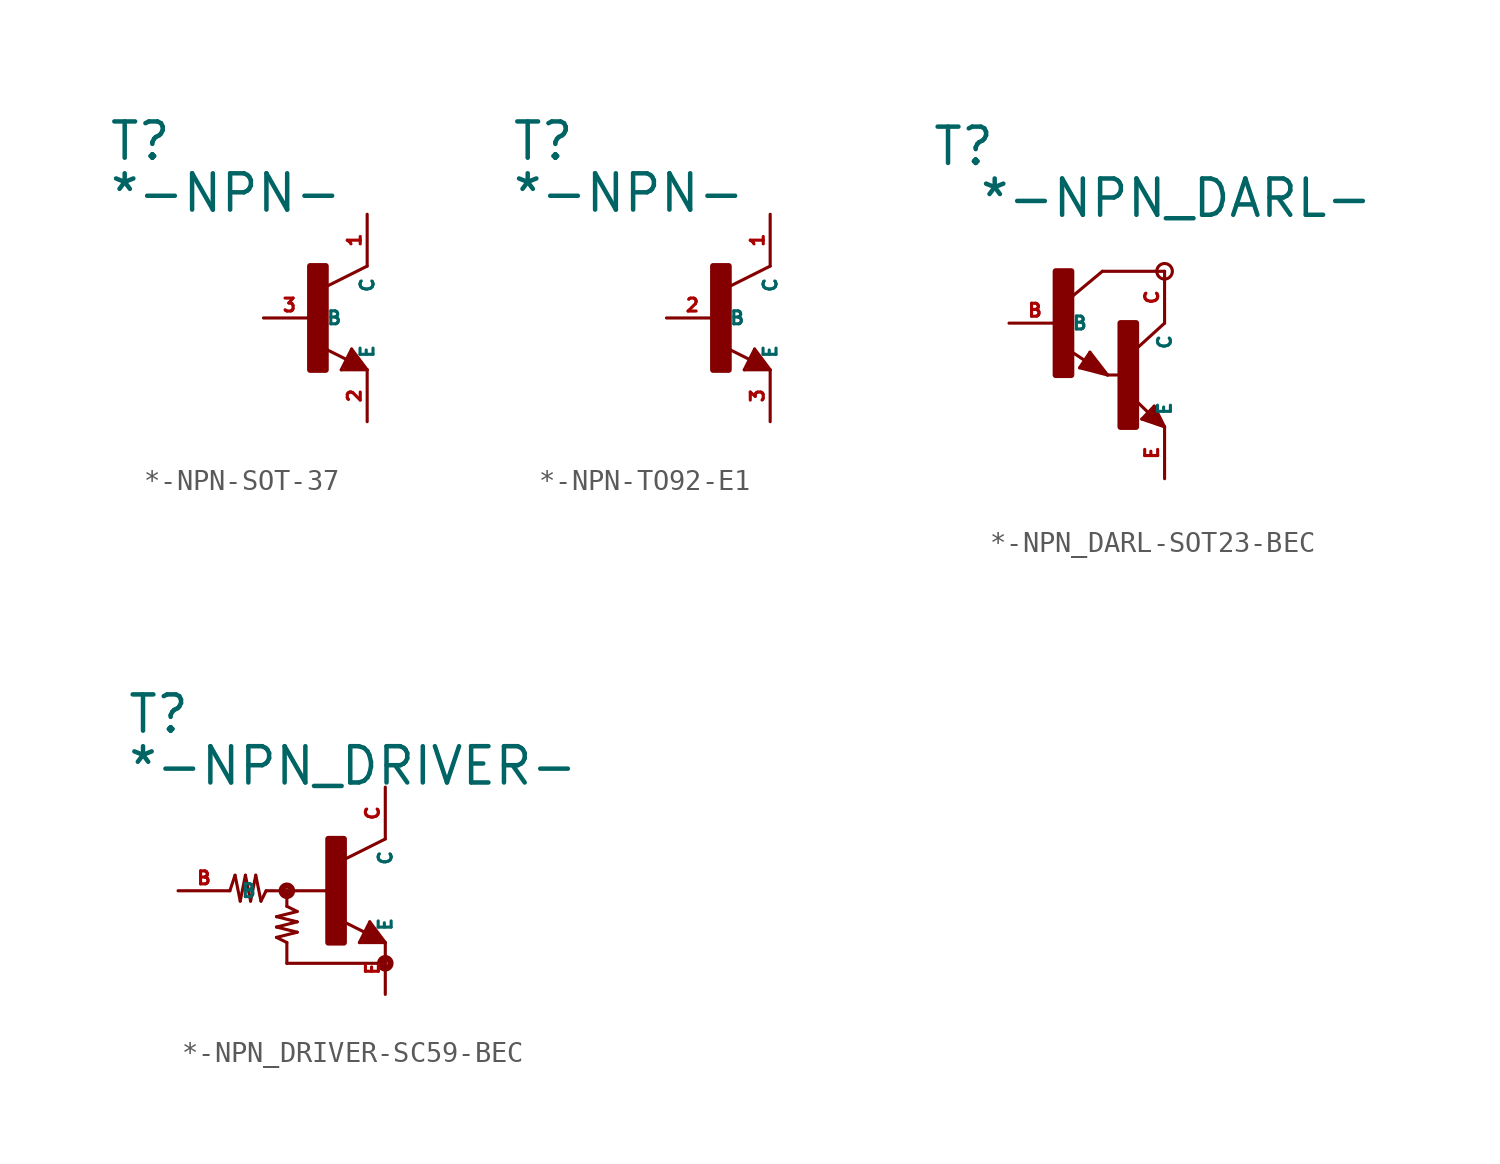
<source format=kicad_sym>
(kicad_symbol_lib
  (version 20220914)
  (generator Eagle2Kicad)
  (symbol "*-NPN-SOT-37"
    (property "Reference" "T"
      (at -10.16 7.62 0)
      (effects (font (size 1.778 1.778) (thickness 0.22)) (justify left bottom)))
    (property "Value" "*-NPN-"
      (at -10.16 5.08 0)
      (effects (font (size 1.778 1.778) (thickness 0.22)) (justify left bottom)))
    (polyline
      (pts (xy 2.54 2.54) (xy 0.508 1.524))
      (stroke (width 0.152) (type default))
      (fill (type none)))
    (polyline
      (pts (xy 1.778 -1.524) (xy 2.54 -2.54))
      (stroke (width 0.152) (type default))
      (fill (type none)))
    (polyline
      (pts (xy 2.54 -2.54) (xy 1.27 -2.54))
      (stroke (width 0.152) (type default))
      (fill (type none)))
    (polyline
      (pts (xy 1.27 -2.54) (xy 1.778 -1.524))
      (stroke (width 0.152) (type default))
      (fill (type none)))
    (polyline
      (pts (xy 1.54 -2.04) (xy 0.308 -1.424))
      (stroke (width 0.152) (type default))
      (fill (type none)))
    (polyline
      (pts (xy 1.524 -2.413) (xy 2.286 -2.413))
      (stroke (width 0.254) (type default))
      (fill (type none)))
    (polyline
      (pts (xy 2.286 -2.413) (xy 1.778 -1.778))
      (stroke (width 0.254) (type default))
      (fill (type none)))
    (polyline
      (pts (xy 1.778 -1.778) (xy 1.524 -2.286))
      (stroke (width 0.254) (type default))
      (fill (type none)))
    (polyline
      (pts (xy 1.524 -2.286) (xy 1.905 -2.286))
      (stroke (width 0.254) (type default))
      (fill (type none)))
    (polyline
      (pts (xy 1.905 -2.286) (xy 1.778 -2.032))
      (stroke (width 0.254) (type default))
      (fill (type none)))
    (rectangle
      (start -0.254 -2.54)
      (end 0.508 2.54)
      (stroke (width 0.3) (type default))
      (fill (type outline)))
    (pin passive line
      (at -2.54 0 0)
      (length 2.54)
      (name "B" (effects (font (size 0.635 0.635) (thickness 0.08)) (justify left bottom)))
      (number "3" (effects (font (size 0.635 0.635) (thickness 0.08)) (justify left bottom))))
    (pin passive line
      (at 2.54 -5.08 90)
      (length 2.54)
      (name "E" (effects (font (size 0.635 0.635) (thickness 0.08)) (justify left bottom)))
      (number "2" (effects (font (size 0.635 0.635) (thickness 0.08)) (justify left bottom))))
    (pin passive line
      (at 2.54 5.08 270)
      (length 2.54)
      (name "C" (effects (font (size 0.635 0.635) (thickness 0.08)) (justify left bottom)))
      (number "1" (effects (font (size 0.635 0.635) (thickness 0.08)) (justify left bottom)))))
  (symbol "*-NPN-TO92-E1"
    (property "Reference" "T"
      (at -10.16 7.62 0)
      (effects (font (size 1.778 1.778) (thickness 0.22)) (justify left bottom)))
    (property "Value" "*-NPN-"
      (at -10.16 5.08 0)
      (effects (font (size 1.778 1.778) (thickness 0.22)) (justify left bottom)))
    (polyline
      (pts (xy 2.54 2.54) (xy 0.508 1.524))
      (stroke (width 0.152) (type default))
      (fill (type none)))
    (polyline
      (pts (xy 1.778 -1.524) (xy 2.54 -2.54))
      (stroke (width 0.152) (type default))
      (fill (type none)))
    (polyline
      (pts (xy 2.54 -2.54) (xy 1.27 -2.54))
      (stroke (width 0.152) (type default))
      (fill (type none)))
    (polyline
      (pts (xy 1.27 -2.54) (xy 1.778 -1.524))
      (stroke (width 0.152) (type default))
      (fill (type none)))
    (polyline
      (pts (xy 1.54 -2.04) (xy 0.308 -1.424))
      (stroke (width 0.152) (type default))
      (fill (type none)))
    (polyline
      (pts (xy 1.524 -2.413) (xy 2.286 -2.413))
      (stroke (width 0.254) (type default))
      (fill (type none)))
    (polyline
      (pts (xy 2.286 -2.413) (xy 1.778 -1.778))
      (stroke (width 0.254) (type default))
      (fill (type none)))
    (polyline
      (pts (xy 1.778 -1.778) (xy 1.524 -2.286))
      (stroke (width 0.254) (type default))
      (fill (type none)))
    (polyline
      (pts (xy 1.524 -2.286) (xy 1.905 -2.286))
      (stroke (width 0.254) (type default))
      (fill (type none)))
    (polyline
      (pts (xy 1.905 -2.286) (xy 1.778 -2.032))
      (stroke (width 0.254) (type default))
      (fill (type none)))
    (rectangle
      (start -0.254 -2.54)
      (end 0.508 2.54)
      (stroke (width 0.3) (type default))
      (fill (type outline)))
    (pin passive line
      (at -2.54 0 0)
      (length 2.54)
      (name "B" (effects (font (size 0.635 0.635) (thickness 0.08)) (justify left bottom)))
      (number "2" (effects (font (size 0.635 0.635) (thickness 0.08)) (justify left bottom))))
    (pin passive line
      (at 2.54 -5.08 90)
      (length 2.54)
      (name "E" (effects (font (size 0.635 0.635) (thickness 0.08)) (justify left bottom)))
      (number "3" (effects (font (size 0.635 0.635) (thickness 0.08)) (justify left bottom))))
    (pin passive line
      (at 2.54 5.08 270)
      (length 2.54)
      (name "C" (effects (font (size 0.635 0.635) (thickness 0.08)) (justify left bottom)))
      (number "1" (effects (font (size 0.635 0.635) (thickness 0.08)) (justify left bottom)))))
  (symbol "*-NPN_DARL-SOT23-BEC"
    (property "Reference" "T"
      (at -6.35 7.62 0)
      (effects (font (size 1.778 1.778) (thickness 0.22)) (justify left bottom)))
    (property "Value" "*-NPN_DARL-"
      (at -4.064 5.08 0)
      (effects (font (size 1.778 1.778) (thickness 0.22)) (justify left bottom)))
    (polyline
      (pts (xy 5.08 2.54) (xy 2.032 2.54))
      (stroke (width 0.152) (type default))
      (fill (type none)))
    (polyline
      (pts (xy 1.424 -1.424) (xy 2.286 -2.54))
      (stroke (width 0.152) (type default))
      (fill (type none)))
    (polyline
      (pts (xy 2.921 -2.54) (xy 2.286 -2.54))
      (stroke (width 0.152) (type default))
      (fill (type none)))
    (polyline
      (pts (xy 0.916 -2.186) (xy 1.424 -1.424))
      (stroke (width 0.152) (type default))
      (fill (type none)))
    (polyline
      (pts (xy 2.286 -2.54) (xy 0.916 -2.186))
      (stroke (width 0.152) (type default))
      (fill (type none)))
    (polyline
      (pts (xy 2.032 2.54) (xy 0.508 1.27))
      (stroke (width 0.152) (type default))
      (fill (type none)))
    (polyline
      (pts (xy 5.08 0) (xy 3.683 -1.27))
      (stroke (width 0.152) (type default))
      (fill (type none)))
    (polyline
      (pts (xy 5.08 -5.08) (xy 3.964 -4.699))
      (stroke (width 0.152) (type default))
      (fill (type none)))
    (polyline
      (pts (xy 4.572 -4.064) (xy 5.08 -5.08))
      (stroke (width 0.152) (type default))
      (fill (type none)))
    (polyline
      (pts (xy 3.964 -4.699) (xy 4.572 -4.064))
      (stroke (width 0.152) (type default))
      (fill (type none)))
    (polyline
      (pts (xy 1.186 -1.84) (xy 0.208 -1.197))
      (stroke (width 0.152) (type default))
      (fill (type none)))
    (polyline
      (pts (xy 4.28 -4.38) (xy 3.483 -3.61))
      (stroke (width 0.152) (type default))
      (fill (type none)))
    (polyline
      (pts (xy 2.159 -2.413) (xy 1.397 -1.524))
      (stroke (width 0.127) (type default))
      (fill (type none)))
    (polyline
      (pts (xy 1.397 -1.524) (xy 1.016 -2.159))
      (stroke (width 0.127) (type default))
      (fill (type none)))
    (polyline
      (pts (xy 1.016 -2.159) (xy 2.032 -2.413))
      (stroke (width 0.127) (type default))
      (fill (type none)))
    (polyline
      (pts (xy 2.032 -2.413) (xy 1.397 -1.651))
      (stroke (width 0.127) (type default))
      (fill (type none)))
    (polyline
      (pts (xy 1.397 -1.651) (xy 1.143 -2.032))
      (stroke (width 0.127) (type default))
      (fill (type none)))
    (polyline
      (pts (xy 1.143 -2.032) (xy 1.905 -2.286))
      (stroke (width 0.254) (type default))
      (fill (type none)))
    (polyline
      (pts (xy 1.905 -2.286) (xy 1.397 -1.778))
      (stroke (width 0.254) (type default))
      (fill (type none)))
    (polyline
      (pts (xy 1.397 -1.778) (xy 1.397 -1.905))
      (stroke (width 0.254) (type default))
      (fill (type none)))
    (polyline
      (pts (xy 4.953 -4.953) (xy 4.572 -4.191))
      (stroke (width 0.127) (type default))
      (fill (type none)))
    (polyline
      (pts (xy 4.572 -4.191) (xy 4.064 -4.699))
      (stroke (width 0.127) (type default))
      (fill (type none)))
    (polyline
      (pts (xy 4.064 -4.699) (xy 4.826 -4.953))
      (stroke (width 0.127) (type default))
      (fill (type none)))
    (polyline
      (pts (xy 4.826 -4.953) (xy 4.572 -4.318))
      (stroke (width 0.127) (type default))
      (fill (type none)))
    (polyline
      (pts (xy 4.572 -4.318) (xy 4.191 -4.699))
      (stroke (width 0.254) (type default))
      (fill (type none)))
    (polyline
      (pts (xy 4.191 -4.699) (xy 4.699 -4.826))
      (stroke (width 0.254) (type default))
      (fill (type none)))
    (polyline
      (pts (xy 4.699 -4.826) (xy 4.572 -4.572))
      (stroke (width 0.254) (type default))
      (fill (type none)))
    (polyline
      (pts (xy 4.572 -4.572) (xy 4.445 -4.572))
      (stroke (width 0.254) (type default))
      (fill (type none)))
    (circle
      (center 5.08 2.54)
      (radius 0.381)
      (stroke (width 0) (type default))
      (fill (type none)))
    (rectangle
      (start -0.254 -2.54)
      (end 0.508 2.54)
      (stroke (width 0.3) (type default))
      (fill (type outline)))
    (rectangle
      (start 2.921 -5.08)
      (end 3.683 0)
      (stroke (width 0.3) (type default))
      (fill (type outline)))
    (pin passive line
      (at -2.54 0 0)
      (length 2.54)
      (name "B" (effects (font (size 0.635 0.635) (thickness 0.08)) (justify left bottom)))
      (number "B" (effects (font (size 0.635 0.635) (thickness 0.08)) (justify left bottom))))
    (pin passive line
      (at 5.08 -7.62 90)
      (length 2.54)
      (name "E" (effects (font (size 0.635 0.635) (thickness 0.08)) (justify left bottom)))
      (number "E" (effects (font (size 0.635 0.635) (thickness 0.08)) (justify left bottom))))
    (pin passive line
      (at 5.08 2.54 270)
      (length 2.54)
      (name "C" (effects (font (size 0.635 0.635) (thickness 0.08)) (justify left bottom)))
      (number "C" (effects (font (size 0.635 0.635) (thickness 0.08)) (justify left bottom)))))
  (symbol "*-NPN_DRIVER-SC59-BEC"
    (property "Reference" "T"
      (at -10.16 7.62 0)
      (effects (font (size 1.778 1.778) (thickness 0.22)) (justify left bottom)))
    (property "Value" "*-NPN_DRIVER-"
      (at -10.16 5.08 0)
      (effects (font (size 1.778 1.778) (thickness 0.22)) (justify left bottom)))
    (polyline
      (pts (xy 2.54 2.54) (xy 0.508 1.524))
      (stroke (width 0.152) (type default))
      (fill (type none)))
    (polyline
      (pts (xy 1.778 -1.524) (xy 2.54 -2.54))
      (stroke (width 0.152) (type default))
      (fill (type none)))
    (polyline
      (pts (xy 2.54 -2.54) (xy 1.27 -2.54))
      (stroke (width 0.152) (type default))
      (fill (type none)))
    (polyline
      (pts (xy 1.27 -2.54) (xy 1.778 -1.524))
      (stroke (width 0.152) (type default))
      (fill (type none)))
    (polyline
      (pts (xy 1.54 -2.04) (xy 0.308 -1.424))
      (stroke (width 0.152) (type default))
      (fill (type none)))
    (polyline
      (pts (xy 1.524 -2.413) (xy 2.286 -2.413))
      (stroke (width 0.254) (type default))
      (fill (type none)))
    (polyline
      (pts (xy 2.286 -2.413) (xy 1.778 -1.778))
      (stroke (width 0.254) (type default))
      (fill (type none)))
    (polyline
      (pts (xy 1.778 -1.778) (xy 1.524 -2.286))
      (stroke (width 0.254) (type default))
      (fill (type none)))
    (polyline
      (pts (xy 1.524 -2.286) (xy 1.905 -2.286))
      (stroke (width 0.254) (type default))
      (fill (type none)))
    (polyline
      (pts (xy 1.905 -2.286) (xy 1.778 -2.032))
      (stroke (width 0.254) (type default))
      (fill (type none)))
    (polyline
      (pts (xy -5.08 0) (xy -4.826 0.762))
      (stroke (width 0.152) (type default))
      (fill (type none)))
    (polyline
      (pts (xy -4.826 0.762) (xy -4.572 -0.508))
      (stroke (width 0.152) (type default))
      (fill (type none)))
    (polyline
      (pts (xy -4.572 -0.508) (xy -4.318 0.762))
      (stroke (width 0.152) (type default))
      (fill (type none)))
    (polyline
      (pts (xy -4.318 0.762) (xy -4.064 -0.508))
      (stroke (width 0.152) (type default))
      (fill (type none)))
    (polyline
      (pts (xy -4.064 -0.508) (xy -3.81 0.762))
      (stroke (width 0.152) (type default))
      (fill (type none)))
    (polyline
      (pts (xy -3.81 0.762) (xy -3.556 -0.508))
      (stroke (width 0.152) (type default))
      (fill (type none)))
    (polyline
      (pts (xy -3.556 -0.508) (xy -3.302 0))
      (stroke (width 0.152) (type default))
      (fill (type none)))
    (polyline
      (pts (xy -3.302 0) (xy -2.286 0))
      (stroke (width 0.152) (type default))
      (fill (type none)))
    (polyline
      (pts (xy -2.286 0) (xy -0.254 0))
      (stroke (width 0.152) (type default))
      (fill (type none)))
    (polyline
      (pts (xy -2.286 0) (xy -2.286 -0.762))
      (stroke (width 0.152) (type default))
      (fill (type none)))
    (polyline
      (pts (xy -2.286 -0.762) (xy -1.778 -1.016))
      (stroke (width 0.152) (type default))
      (fill (type none)))
    (polyline
      (pts (xy -1.778 -1.016) (xy -2.794 -1.27))
      (stroke (width 0.152) (type default))
      (fill (type none)))
    (polyline
      (pts (xy -2.794 -1.27) (xy -1.778 -1.524))
      (stroke (width 0.152) (type default))
      (fill (type none)))
    (polyline
      (pts (xy -1.778 -1.524) (xy -2.794 -1.778))
      (stroke (width 0.152) (type default))
      (fill (type none)))
    (polyline
      (pts (xy -2.794 -1.778) (xy -1.778 -2.032))
      (stroke (width 0.152) (type default))
      (fill (type none)))
    (polyline
      (pts (xy -1.778 -2.032) (xy -2.794 -2.286))
      (stroke (width 0.152) (type default))
      (fill (type none)))
    (polyline
      (pts (xy -2.794 -2.286) (xy -2.286 -2.54))
      (stroke (width 0.152) (type default))
      (fill (type none)))
    (polyline
      (pts (xy -2.286 -2.54) (xy -2.286 -3.556))
      (stroke (width 0.152) (type default))
      (fill (type none)))
    (polyline
      (pts (xy -2.286 -3.556) (xy 2.54 -3.556))
      (stroke (width 0.152) (type default))
      (fill (type none)))
    (circle
      (center -2.286 0)
      (radius 0.254)
      (stroke (width 0.305) (type default))
      (fill (type none)))
    (circle
      (center 2.54 -3.556)
      (radius 0.254)
      (stroke (width 0.305) (type default))
      (fill (type none)))
    (rectangle
      (start -0.254 -2.54)
      (end 0.508 2.54)
      (stroke (width 0.3) (type default))
      (fill (type outline)))
    (pin passive line
      (at -7.62 0 0)
      (length 2.54)
      (name "B" (effects (font (size 0.635 0.635) (thickness 0.08)) (justify left bottom)))
      (number "B" (effects (font (size 0.635 0.635) (thickness 0.08)) (justify left bottom))))
    (pin passive line
      (at 2.54 -5.08 90)
      (length 2.54)
      (name "E" (effects (font (size 0.635 0.635) (thickness 0.08)) (justify left bottom)))
      (number "E" (effects (font (size 0.635 0.635) (thickness 0.08)) (justify left bottom))))
    (pin passive line
      (at 2.54 5.08 270)
      (length 2.54)
      (name "C" (effects (font (size 0.635 0.635) (thickness 0.08)) (justify left bottom)))
      (number "C" (effects (font (size 0.635 0.635) (thickness 0.08)) (justify left bottom))))))
</source>
